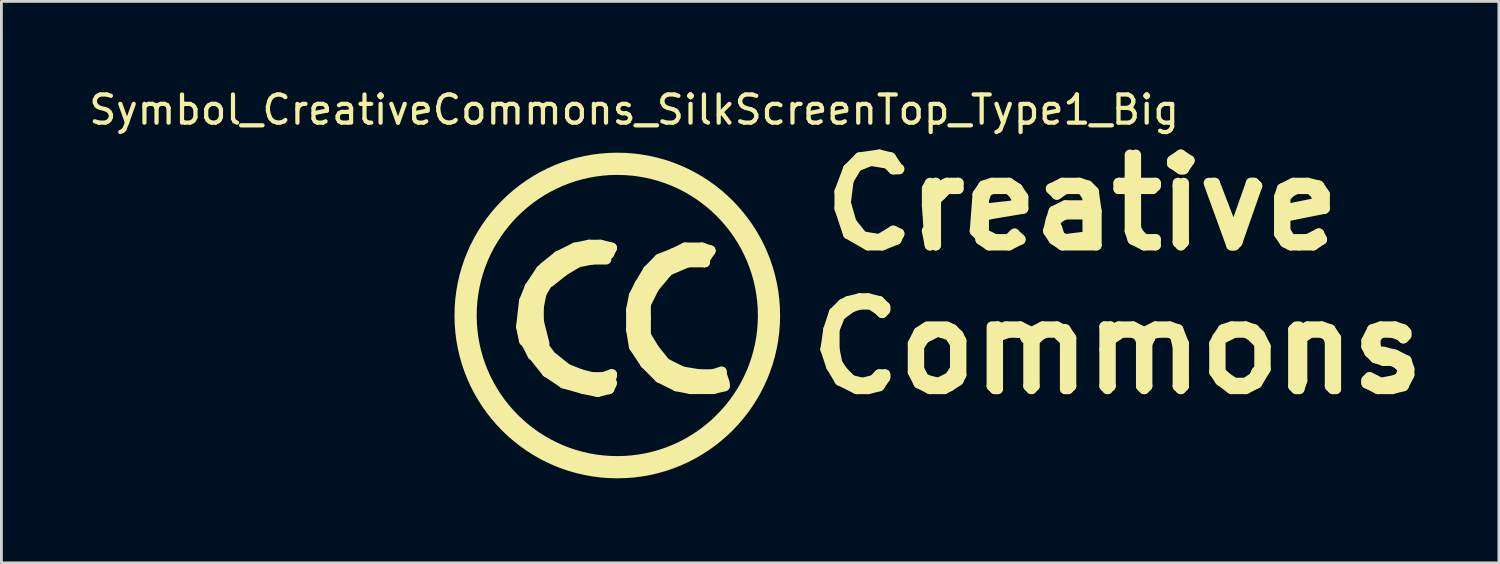
<source format=kicad_pcb>
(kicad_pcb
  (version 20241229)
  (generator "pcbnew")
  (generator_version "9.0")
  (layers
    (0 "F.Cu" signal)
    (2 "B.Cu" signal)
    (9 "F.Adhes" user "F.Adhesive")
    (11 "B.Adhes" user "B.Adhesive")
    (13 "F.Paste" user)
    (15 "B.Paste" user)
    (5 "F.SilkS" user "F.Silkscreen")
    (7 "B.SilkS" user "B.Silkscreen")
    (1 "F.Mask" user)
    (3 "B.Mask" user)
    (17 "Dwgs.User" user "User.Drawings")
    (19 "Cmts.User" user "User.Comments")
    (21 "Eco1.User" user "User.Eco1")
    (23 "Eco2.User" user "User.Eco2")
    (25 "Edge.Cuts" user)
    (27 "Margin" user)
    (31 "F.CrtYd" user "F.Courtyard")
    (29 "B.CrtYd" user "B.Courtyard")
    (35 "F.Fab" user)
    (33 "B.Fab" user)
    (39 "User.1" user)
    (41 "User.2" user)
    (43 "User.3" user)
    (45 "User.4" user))
  (footprint "Symbol_CreativeCommons_SilkScreenTop_Type1_Big"
    (layer "F.Cu")
    (at 18.859 8.148)
    (property "Reference" "Symbol_CreativeCommons_SilkScreenTop_Type1_Big" (at 0.599 -7.3 0) (layer "F.SilkS") (effects (font (size 1 1) (thickness 0.15))))
    (attr exclude_from_pos_files exclude_from_bom)
    (fp_line (start -5.4 0.099) (end -5.199 1.3) (stroke (width 0.381) (type solid)) (layer "F.SilkS"))
    (fp_line (start -5.301 -1.1) (end -5.4 0.099) (stroke (width 0.381) (type solid)) (layer "F.SilkS"))
    (fp_line (start -5.199 1.3) (end -4.801 2.4) (stroke (width 0.381) (type solid)) (layer "F.SilkS"))
    (fp_line (start -5.001 -2.101) (end -5.301 -1.1) (stroke (width 0.381) (type solid)) (layer "F.SilkS"))
    (fp_line (start -4.801 2.4) (end -3.8 3.899) (stroke (width 0.381) (type solid)) (layer "F.SilkS"))
    (fp_line (start -4.501 -3) (end -5.001 -2.101) (stroke (width 0.381) (type solid)) (layer "F.SilkS"))
    (fp_line (start -4 -3.599) (end -4.501 -3) (stroke (width 0.381) (type solid)) (layer "F.SilkS"))
    (fp_line (start -3.8 3.899) (end -2.601 4.801) (stroke (width 0.381) (type solid)) (layer "F.SilkS"))
    (fp_line (start -3.401 0.399) (end -3.299 0.899) (stroke (width 0.381) (type solid)) (layer "F.SilkS"))
    (fp_line (start -3.299 -4.201) (end -4 -3.599) (stroke (width 0.381) (type solid)) (layer "F.SilkS"))
    (fp_line (start -3.299 -0.5) (end -3.401 0.399) (stroke (width 0.381) (type solid)) (layer "F.SilkS"))
    (fp_line (start -3.299 -0.3) (end -3.299 0.401) (stroke (width 0.381) (type solid)) (layer "F.SilkS"))
    (fp_line (start -3.299 0.401) (end -3.2 1.001) (stroke (width 0.381) (type solid)) (layer "F.SilkS"))
    (fp_line (start -3.299 0.8) (end -3 1.4) (stroke (width 0.381) (type solid)) (layer "F.SilkS"))
    (fp_line (start -3.099 -1.001) (end -3.299 -0.5) (stroke (width 0.381) (type solid)) (layer "F.SilkS"))
    (fp_line (start -3.099 -0.899) (end -3.299 -0.3) (stroke (width 0.381) (type solid)) (layer "F.SilkS"))
    (fp_line (start -3.099 0) (end -3 -0.599) (stroke (width 0.381) (type solid)) (layer "F.SilkS"))
    (fp_line (start -3 -0.8) (end -2.7 -1.3) (stroke (width 0.381) (type solid)) (layer "F.SilkS"))
    (fp_line (start -3 0.701) (end -3.099 0) (stroke (width 0.381) (type solid)) (layer "F.SilkS"))
    (fp_line (start -2.997 1.199) (end -2.598 1.199) (stroke (width 0.381) (type solid)) (layer "F.SilkS"))
    (fp_line (start -2.898 1.499) (end -2.497 1.999) (stroke (width 0.381) (type solid)) (layer "F.SilkS"))
    (fp_line (start -2.799 -0.3) (end -2.799 0.201) (stroke (width 0.381) (type solid)) (layer "F.SilkS"))
    (fp_line (start -2.799 0.201) (end -2.598 1.001) (stroke (width 0.381) (type solid)) (layer "F.SilkS"))
    (fp_line (start -2.799 1.4) (end -3 0.701) (stroke (width 0.381) (type solid)) (layer "F.SilkS"))
    (fp_line (start -2.7 -4.699) (end -3.299 -4.201) (stroke (width 0.381) (type solid)) (layer "F.SilkS"))
    (fp_line (start -2.7 -1.6) (end -3.099 -1.001) (stroke (width 0.381) (type solid)) (layer "F.SilkS"))
    (fp_line (start -2.7 -1.1) (end -2.2 -1.6) (stroke (width 0.381) (type solid)) (layer "F.SilkS"))
    (fp_line (start -2.7 -0.8) (end -2.799 -0.3) (stroke (width 0.381) (type solid)) (layer "F.SilkS"))
    (fp_line (start -2.697 1.001) (end -2.398 1.4) (stroke (width 0.381) (type solid)) (layer "F.SilkS"))
    (fp_line (start -2.601 4.801) (end -1.3 5.301) (stroke (width 0.381) (type solid)) (layer "F.SilkS"))
    (fp_line (start -2.598 -1.6) (end -3.099 -0.899) (stroke (width 0.381) (type solid)) (layer "F.SilkS"))
    (fp_line (start -2.499 -1.699) (end -2.7 -1.6) (stroke (width 0.381) (type solid)) (layer "F.SilkS"))
    (fp_line (start -2.497 1.999) (end -1.897 2.4) (stroke (width 0.381) (type solid)) (layer "F.SilkS"))
    (fp_line (start -2.4 -1.3) (end -2.7 -0.8) (stroke (width 0.381) (type solid)) (layer "F.SilkS"))
    (fp_line (start -2.296 1.499) (end -1.796 1.9) (stroke (width 0.381) (type solid)) (layer "F.SilkS"))
    (fp_line (start -2.296 1.798) (end -2.797 1.298) (stroke (width 0.381) (type solid)) (layer "F.SilkS"))
    (fp_line (start -2.2 -1.699) (end -1.699 -1.999) (stroke (width 0.381) (type solid)) (layer "F.SilkS"))
    (fp_line (start -2.101 -2.098) (end -2.598 -1.699) (stroke (width 0.381) (type solid)) (layer "F.SilkS"))
    (fp_line (start -1.999 -4.9) (end -2.7 -4.699) (stroke (width 0.381) (type solid)) (layer "F.SilkS"))
    (fp_line (start -1.9 -1.598) (end -2.4 -1.199) (stroke (width 0.381) (type solid)) (layer "F.SilkS"))
    (fp_line (start -1.897 2.4) (end -1.196 2.598) (stroke (width 0.381) (type solid)) (layer "F.SilkS"))
    (fp_line (start -1.796 1.9) (end -1.298 2.098) (stroke (width 0.381) (type solid)) (layer "F.SilkS"))
    (fp_line (start -1.699 -1.999) (end -1.199 -2.2) (stroke (width 0.381) (type solid)) (layer "F.SilkS"))
    (fp_line (start -1.598 2.299) (end -2.296 1.798) (stroke (width 0.381) (type solid)) (layer "F.SilkS"))
    (fp_line (start -1.499 -2.398) (end -2.101 -2.098) (stroke (width 0.381) (type solid)) (layer "F.SilkS"))
    (fp_line (start -1.4 -1.897) (end -1.9 -1.598) (stroke (width 0.381) (type solid)) (layer "F.SilkS"))
    (fp_line (start -1.3 -5.1) (end -1.999 -4.9) (stroke (width 0.381) (type solid)) (layer "F.SilkS"))
    (fp_line (start -1.3 5.301) (end 0.099 5.301) (stroke (width 0.381) (type solid)) (layer "F.SilkS"))
    (fp_line (start -1.298 2.098) (end -0.897 2.2) (stroke (width 0.381) (type solid)) (layer "F.SilkS"))
    (fp_line (start -1.199 -2.2) (end -0.699 -2.2) (stroke (width 0.381) (type solid)) (layer "F.SilkS"))
    (fp_line (start -1.196 2.598) (end -0.696 2.7) (stroke (width 0.381) (type solid)) (layer "F.SilkS"))
    (fp_line (start -1.001 -2.499) (end -1.499 -2.398) (stroke (width 0.381) (type solid)) (layer "F.SilkS"))
    (fp_line (start -0.899 -1.999) (end -1.4 -1.897) (stroke (width 0.381) (type solid)) (layer "F.SilkS"))
    (fp_line (start -0.897 2.2) (end -0.498 2.2) (stroke (width 0.381) (type solid)) (layer "F.SilkS"))
    (fp_line (start -0.897 2.499) (end -1.598 2.299) (stroke (width 0.381) (type solid)) (layer "F.SilkS"))
    (fp_line (start -0.701 2.7) (end -0.3 2.601) (stroke (width 0.381) (type solid)) (layer "F.SilkS"))
    (fp_line (start -0.699 -2.2) (end -0.3 -2.2) (stroke (width 0.381) (type solid)) (layer "F.SilkS"))
    (fp_line (start -0.599 -2.499) (end -1.001 -2.499) (stroke (width 0.381) (type solid)) (layer "F.SilkS"))
    (fp_line (start -0.5 -5.4) (end -1.3 -5.1) (stroke (width 0.381) (type solid)) (layer "F.SilkS"))
    (fp_line (start -0.498 2.2) (end -0.198 2.098) (stroke (width 0.381) (type solid)) (layer "F.SilkS"))
    (fp_line (start -0.399 -1.999) (end -0.899 -1.999) (stroke (width 0.381) (type solid)) (layer "F.SilkS"))
    (fp_line (start -0.3 -2.2) (end -0.201 -2.398) (stroke (width 0.381) (type solid)) (layer "F.SilkS"))
    (fp_line (start -0.3 2.601) (end -0.201 2.101) (stroke (width 0.381) (type solid)) (layer "F.SilkS"))
    (fp_line (start -0.297 2.4) (end -0.897 2.499) (stroke (width 0.381) (type solid)) (layer "F.SilkS"))
    (fp_line (start -0.201 -2.398) (end -0.599 -2.499) (stroke (width 0.381) (type solid)) (layer "F.SilkS"))
    (fp_line (start -0.198 2.098) (end -0.297 2.4) (stroke (width 0.381) (type solid)) (layer "F.SilkS"))
    (fp_line (start -0.198 2.4) (end -0.297 2.598) (stroke (width 0.381) (type solid)) (layer "F.SilkS"))
    (fp_line (start 0 -5.4) (end -0.5 -5.4) (stroke (width 0.381) (type solid)) (layer "F.SilkS"))
    (fp_line (start 0.099 5.301) (end 1.6 5.199) (stroke (width 0.381) (type solid)) (layer "F.SilkS"))
    (fp_line (start 0.503 -0.201) (end 0.503 0.498) (stroke (width 0.381) (type solid)) (layer "F.SilkS"))
    (fp_line (start 0.503 0.498) (end 0.602 1.1) (stroke (width 0.381) (type solid)) (layer "F.SilkS"))
    (fp_line (start 0.602 -0.701) (end 0.503 -0.201) (stroke (width 0.381) (type solid)) (layer "F.SilkS"))
    (fp_line (start 0.602 1.1) (end 1.001 1.699) (stroke (width 0.381) (type solid)) (layer "F.SilkS"))
    (fp_line (start 0.701 -0.3) (end 1.001 -1.001) (stroke (width 0.381) (type solid)) (layer "F.SilkS"))
    (fp_line (start 0.803 -1.1) (end 0.602 -0.701) (stroke (width 0.381) (type solid)) (layer "F.SilkS"))
    (fp_line (start 0.803 0.699) (end 0.701 -0.3) (stroke (width 0.381) (type solid)) (layer "F.SilkS"))
    (fp_line (start 1.001 -1.001) (end 1.603 -1.702) (stroke (width 0.381) (type solid)) (layer "F.SilkS"))
    (fp_line (start 1.001 -0.401) (end 1.001 0.099) (stroke (width 0.381) (type solid)) (layer "F.SilkS"))
    (fp_line (start 1.001 0.099) (end 1.001 0.699) (stroke (width 0.381) (type solid)) (layer "F.SilkS"))
    (fp_line (start 1.001 0.699) (end 1.3 1.199) (stroke (width 0.381) (type solid)) (layer "F.SilkS"))
    (fp_line (start 1.001 1.699) (end 1.501 2.2) (stroke (width 0.381) (type solid)) (layer "F.SilkS"))
    (fp_line (start 1.102 -1.6) (end 0.803 -1.1) (stroke (width 0.381) (type solid)) (layer "F.SilkS"))
    (fp_line (start 1.201 1.6) (end 0.803 0.699) (stroke (width 0.381) (type solid)) (layer "F.SilkS"))
    (fp_line (start 1.3 -1.001) (end 1.001 -0.401) (stroke (width 0.381) (type solid)) (layer "F.SilkS"))
    (fp_line (start 1.3 1.199) (end 1.702 1.699) (stroke (width 0.381) (type solid)) (layer "F.SilkS"))
    (fp_line (start 1.4 -5.199) (end 0 -5.301) (stroke (width 0.381) (type solid)) (layer "F.SilkS"))
    (fp_line (start 1.501 -2.002) (end 1.102 -1.6) (stroke (width 0.381) (type solid)) (layer "F.SilkS"))
    (fp_line (start 1.501 2.2) (end 2.101 2.499) (stroke (width 0.381) (type solid)) (layer "F.SilkS"))
    (fp_line (start 1.6 5.199) (end 2.601 4.699) (stroke (width 0.381) (type solid)) (layer "F.SilkS"))
    (fp_line (start 1.603 -1.702) (end 2.301 -2.101) (stroke (width 0.381) (type solid)) (layer "F.SilkS"))
    (fp_line (start 1.702 1.699) (end 2.301 1.999) (stroke (width 0.381) (type solid)) (layer "F.SilkS"))
    (fp_line (start 1.801 -1.6) (end 1.3 -1.001) (stroke (width 0.381) (type solid)) (layer "F.SilkS"))
    (fp_line (start 1.801 2.098) (end 1.201 1.6) (stroke (width 0.381) (type solid)) (layer "F.SilkS"))
    (fp_line (start 2.002 -2.202) (end 1.501 -2.002) (stroke (width 0.381) (type solid)) (layer "F.SilkS"))
    (fp_line (start 2.101 2.499) (end 2.601 2.598) (stroke (width 0.381) (type solid)) (layer "F.SilkS"))
    (fp_line (start 2.301 -2.101) (end 3.002 -2.101) (stroke (width 0.381) (type solid)) (layer "F.SilkS"))
    (fp_line (start 2.301 1.999) (end 2.901 2.098) (stroke (width 0.381) (type solid)) (layer "F.SilkS"))
    (fp_line (start 2.4 -4.801) (end 1.4 -5.199) (stroke (width 0.381) (type solid)) (layer "F.SilkS"))
    (fp_line (start 2.403 -2.4) (end 2.002 -2.202) (stroke (width 0.381) (type solid)) (layer "F.SilkS"))
    (fp_line (start 2.502 -1.9) (end 1.801 -1.6) (stroke (width 0.381) (type solid)) (layer "F.SilkS"))
    (fp_line (start 2.601 2.598) (end 3.002 2.598) (stroke (width 0.381) (type solid)) (layer "F.SilkS"))
    (fp_line (start 2.601 4.699) (end 4.201 3.401) (stroke (width 0.381) (type solid)) (layer "F.SilkS"))
    (fp_line (start 2.802 2.4) (end 1.801 2.098) (stroke (width 0.381) (type solid)) (layer "F.SilkS"))
    (fp_line (start 2.901 2.098) (end 3.401 2.098) (stroke (width 0.381) (type solid)) (layer "F.SilkS"))
    (fp_line (start 3 -2.4) (end 3.299 -2.301) (stroke (width 0.381) (type solid)) (layer "F.SilkS"))
    (fp_line (start 3.002 -2.4) (end 2.403 -2.4) (stroke (width 0.381) (type solid)) (layer "F.SilkS"))
    (fp_line (start 3.002 -2.101) (end 3.101 -1.9) (stroke (width 0.381) (type solid)) (layer "F.SilkS"))
    (fp_line (start 3.002 2.598) (end 3.401 2.598) (stroke (width 0.381) (type solid)) (layer "F.SilkS"))
    (fp_line (start 3.101 -1.9) (end 2.502 -1.9) (stroke (width 0.381) (type solid)) (layer "F.SilkS"))
    (fp_line (start 3.299 -2.301) (end 3.099 -1.999) (stroke (width 0.381) (type solid)) (layer "F.SilkS"))
    (fp_line (start 3.401 -4.1) (end 2.4 -4.801) (stroke (width 0.381) (type solid)) (layer "F.SilkS"))
    (fp_line (start 3.401 2.098) (end 3.701 1.999) (stroke (width 0.381) (type solid)) (layer "F.SilkS"))
    (fp_line (start 3.401 2.598) (end 3.802 2.499) (stroke (width 0.381) (type solid)) (layer "F.SilkS"))
    (fp_line (start 3.701 2.101) (end 3.8 2.4) (stroke (width 0.381) (type solid)) (layer "F.SilkS"))
    (fp_line (start 3.701 2.299) (end 2.802 2.4) (stroke (width 0.381) (type solid)) (layer "F.SilkS"))
    (fp_line (start 3.802 2.499) (end 3.701 2.299) (stroke (width 0.381) (type solid)) (layer "F.SilkS"))
    (fp_line (start 4.201 3.401) (end 5.001 1.801) (stroke (width 0.381) (type solid)) (layer "F.SilkS"))
    (fp_line (start 4.699 -2.499) (end 3.401 -4.1) (stroke (width 0.381) (type solid)) (layer "F.SilkS"))
    (fp_line (start 5.001 1.801) (end 5.4 0.3) (stroke (width 0.381) (type solid)) (layer "F.SilkS"))
    (fp_line (start 5.199 -1.4) (end 4.699 -2.499) (stroke (width 0.381) (type solid)) (layer "F.SilkS"))
    (fp_line (start 5.4 0.3) (end 5.199 -1.4) (stroke (width 0.381) (type solid)) (layer "F.SilkS"))
    (fp_line (start 7.399 1.199) (end 7.6 1.801) (stroke (width 0.381) (type solid)) (layer "F.SilkS"))
    (fp_line (start 7.501 0.5) (end 7.399 1.199) (stroke (width 0.381) (type solid)) (layer "F.SilkS"))
    (fp_line (start 7.6 1.801) (end 7.899 2.301) (stroke (width 0.381) (type solid)) (layer "F.SilkS"))
    (fp_line (start 7.699 -0.099) (end 7.501 0.5) (stroke (width 0.381) (type solid)) (layer "F.SilkS"))
    (fp_line (start 7.699 0.5) (end 7.899 0) (stroke (width 0.381) (type solid)) (layer "F.SilkS"))
    (fp_line (start 7.699 1.199) (end 7.699 0.5) (stroke (width 0.381) (type solid)) (layer "F.SilkS"))
    (fp_line (start 7.8 1.699) (end 7.699 1.199) (stroke (width 0.381) (type solid)) (layer "F.SilkS"))
    (fp_line (start 7.899 -4.399) (end 7.899 -3.8) (stroke (width 0.381) (type solid)) (layer "F.SilkS"))
    (fp_line (start 7.899 -3.8) (end 8.199 -2.901) (stroke (width 0.381) (type solid)) (layer "F.SilkS"))
    (fp_line (start 7.899 0) (end 8.301 -0.3) (stroke (width 0.381) (type solid)) (layer "F.SilkS"))
    (fp_line (start 7.899 2.301) (end 8.499 2.601) (stroke (width 0.381) (type solid)) (layer "F.SilkS"))
    (fp_line (start 8.001 -0.399) (end 7.699 -0.099) (stroke (width 0.381) (type solid)) (layer "F.SilkS"))
    (fp_line (start 8.001 1.999) (end 7.8 1.699) (stroke (width 0.381) (type solid)) (layer "F.SilkS"))
    (fp_line (start 8.1 -4) (end 8.199 -4.801) (stroke (width 0.381) (type solid)) (layer "F.SilkS"))
    (fp_line (start 8.199 -5.199) (end 7.899 -4.399) (stroke (width 0.381) (type solid)) (layer "F.SilkS"))
    (fp_line (start 8.199 -4.801) (end 8.499 -5.301) (stroke (width 0.381) (type solid)) (layer "F.SilkS"))
    (fp_line (start 8.199 -2.901) (end 8.9 -2.499) (stroke (width 0.381) (type solid)) (layer "F.SilkS"))
    (fp_line (start 8.199 -0.5) (end 8.001 -0.399) (stroke (width 0.381) (type solid)) (layer "F.SilkS"))
    (fp_line (start 8.301 -3.299) (end 8.1 -4) (stroke (width 0.381) (type solid)) (layer "F.SilkS"))
    (fp_line (start 8.301 -0.3) (end 8.6 -0.399) (stroke (width 0.381) (type solid)) (layer "F.SilkS"))
    (fp_line (start 8.301 2.301) (end 8.001 1.999) (stroke (width 0.381) (type solid)) (layer "F.SilkS"))
    (fp_line (start 8.499 -5.301) (end 8.999 -5.499) (stroke (width 0.381) (type solid)) (layer "F.SilkS"))
    (fp_line (start 8.499 2.601) (end 8.9 2.601) (stroke (width 0.381) (type solid)) (layer "F.SilkS"))
    (fp_line (start 8.6 -5.601) (end 8.199 -5.199) (stroke (width 0.381) (type solid)) (layer "F.SilkS"))
    (fp_line (start 8.6 -0.599) (end 8.199 -0.5) (stroke (width 0.381) (type solid)) (layer "F.SilkS"))
    (fp_line (start 8.6 -0.399) (end 8.999 -0.399) (stroke (width 0.381) (type solid)) (layer "F.SilkS"))
    (fp_line (start 8.7 -2.799) (end 8.301 -3.299) (stroke (width 0.381) (type solid)) (layer "F.SilkS"))
    (fp_line (start 8.7 2.4) (end 8.301 2.301) (stroke (width 0.381) (type solid)) (layer "F.SilkS"))
    (fp_line (start 8.9 -2.499) (end 9.401 -2.499) (stroke (width 0.381) (type solid)) (layer "F.SilkS"))
    (fp_line (start 8.9 -0.599) (end 8.6 -0.599) (stroke (width 0.381) (type solid)) (layer "F.SilkS"))
    (fp_line (start 8.9 2.601) (end 9.299 2.499) (stroke (width 0.381) (type solid)) (layer "F.SilkS"))
    (fp_line (start 8.999 -5.499) (end 9.601 -5.4) (stroke (width 0.381) (type solid)) (layer "F.SilkS"))
    (fp_line (start 8.999 -0.399) (end 9.299 -0.201) (stroke (width 0.381) (type solid)) (layer "F.SilkS"))
    (fp_line (start 9.101 2.301) (end 8.7 2.4) (stroke (width 0.381) (type solid)) (layer "F.SilkS"))
    (fp_line (start 9.299 -5.7) (end 8.6 -5.601) (stroke (width 0.381) (type solid)) (layer "F.SilkS"))
    (fp_line (start 9.299 -2.7) (end 8.7 -2.799) (stroke (width 0.381) (type solid)) (layer "F.SilkS"))
    (fp_line (start 9.299 -0.5) (end 8.9 -0.599) (stroke (width 0.381) (type solid)) (layer "F.SilkS"))
    (fp_line (start 9.299 -0.201) (end 9.401 -0.099) (stroke (width 0.381) (type solid)) (layer "F.SilkS"))
    (fp_line (start 9.299 2.101) (end 9.101 2.301) (stroke (width 0.381) (type solid)) (layer "F.SilkS"))
    (fp_line (start 9.299 2.499) (end 9.5 2.2) (stroke (width 0.381) (type solid)) (layer "F.SilkS"))
    (fp_line (start 9.401 -2.499) (end 9.901 -2.7) (stroke (width 0.381) (type solid)) (layer "F.SilkS"))
    (fp_line (start 9.401 -0.099) (end 9.5 -0.201) (stroke (width 0.381) (type solid)) (layer "F.SilkS"))
    (fp_line (start 9.5 -0.3) (end 9.299 -0.5) (stroke (width 0.381) (type solid)) (layer "F.SilkS"))
    (fp_line (start 9.5 -0.201) (end 9.5 -0.3) (stroke (width 0.381) (type solid)) (layer "F.SilkS"))
    (fp_line (start 9.5 2.101) (end 9.299 2.101) (stroke (width 0.381) (type solid)) (layer "F.SilkS"))
    (fp_line (start 9.5 2.2) (end 9.5 2.101) (stroke (width 0.381) (type solid)) (layer "F.SilkS"))
    (fp_line (start 9.601 -5.4) (end 9.799 -5.199) (stroke (width 0.381) (type solid)) (layer "F.SilkS"))
    (fp_line (start 9.7 -5.601) (end 9.299 -5.7) (stroke (width 0.381) (type solid)) (layer "F.SilkS"))
    (fp_line (start 9.799 -5.199) (end 10 -5.199) (stroke (width 0.381) (type solid)) (layer "F.SilkS"))
    (fp_line (start 9.799 -3) (end 9.299 -2.7) (stroke (width 0.381) (type solid)) (layer "F.SilkS"))
    (fp_line (start 9.901 -5.301) (end 9.7 -5.601) (stroke (width 0.381) (type solid)) (layer "F.SilkS"))
    (fp_line (start 9.901 -2.7) (end 10 -2.901) (stroke (width 0.381) (type solid)) (layer "F.SilkS"))
    (fp_line (start 10 -2.901) (end 9.799 -3) (stroke (width 0.381) (type solid)) (layer "F.SilkS"))
    (fp_line (start 10.5 1.001) (end 10.701 0.599) (stroke (width 0.381) (type solid)) (layer "F.SilkS"))
    (fp_line (start 10.5 1.999) (end 10.5 1.001) (stroke (width 0.381) (type solid)) (layer "F.SilkS"))
    (fp_line (start 10.701 0.599) (end 11.001 0.399) (stroke (width 0.381) (type solid)) (layer "F.SilkS"))
    (fp_line (start 10.701 1.1) (end 10.899 0.8) (stroke (width 0.381) (type solid)) (layer "F.SilkS"))
    (fp_line (start 10.701 1.9) (end 10.701 1.1) (stroke (width 0.381) (type solid)) (layer "F.SilkS"))
    (fp_line (start 10.701 2.101) (end 10.8 2.101) (stroke (width 0.381) (type solid)) (layer "F.SilkS"))
    (fp_line (start 10.701 2.4) (end 10.5 1.999) (stroke (width 0.381) (type solid)) (layer "F.SilkS"))
    (fp_line (start 10.8 2.101) (end 10.701 1.9) (stroke (width 0.381) (type solid)) (layer "F.SilkS"))
    (fp_line (start 10.899 0.8) (end 11.3 0.599) (stroke (width 0.381) (type solid)) (layer "F.SilkS"))
    (fp_line (start 11.001 -4.501) (end 11.001 -3.899) (stroke (width 0.381) (type solid)) (layer "F.SilkS"))
    (fp_line (start 11.001 -3.899) (end 11.1 -2.499) (stroke (width 0.381) (type solid)) (layer "F.SilkS"))
    (fp_line (start 11.001 -3) (end 11.3 -2.499) (stroke (width 0.381) (type solid)) (layer "F.SilkS"))
    (fp_line (start 11.001 2.301) (end 10.701 2.101) (stroke (width 0.381) (type solid)) (layer "F.SilkS"))
    (fp_line (start 11.1 -4.699) (end 11.001 -4.501) (stroke (width 0.381) (type solid)) (layer "F.SilkS"))
    (fp_line (start 11.1 -2.499) (end 11.001 -3) (stroke (width 0.381) (type solid)) (layer "F.SilkS"))
    (fp_line (start 11.1 0.399) (end 11.6 0.399) (stroke (width 0.381) (type solid)) (layer "F.SilkS"))
    (fp_line (start 11.1 2.601) (end 10.701 2.4) (stroke (width 0.381) (type solid)) (layer "F.SilkS"))
    (fp_line (start 11.199 0.5) (end 11.501 0.599) (stroke (width 0.381) (type solid)) (layer "F.SilkS"))
    (fp_line (start 11.3 -4.699) (end 11.3 -4.501) (stroke (width 0.381) (type solid)) (layer "F.SilkS"))
    (fp_line (start 11.3 -4.501) (end 11.699 -4.699) (stroke (width 0.381) (type solid)) (layer "F.SilkS"))
    (fp_line (start 11.3 -2.499) (end 11.3 -4.699) (stroke (width 0.381) (type solid)) (layer "F.SilkS"))
    (fp_line (start 11.4 2.4) (end 11.001 2.301) (stroke (width 0.381) (type solid)) (layer "F.SilkS"))
    (fp_line (start 11.501 -4.3) (end 11.3 -4.1) (stroke (width 0.381) (type solid)) (layer "F.SilkS"))
    (fp_line (start 11.501 0.599) (end 11.801 0.701) (stroke (width 0.381) (type solid)) (layer "F.SilkS"))
    (fp_line (start 11.6 2.601) (end 11.1 2.601) (stroke (width 0.381) (type solid)) (layer "F.SilkS"))
    (fp_line (start 11.699 -4.699) (end 12.101 -4.699) (stroke (width 0.381) (type solid)) (layer "F.SilkS"))
    (fp_line (start 11.699 -4.501) (end 11.501 -4.3) (stroke (width 0.381) (type solid)) (layer "F.SilkS"))
    (fp_line (start 11.699 0.399) (end 11.9 0.5) (stroke (width 0.381) (type solid)) (layer "F.SilkS"))
    (fp_line (start 11.801 0.701) (end 11.999 1.001) (stroke (width 0.381) (type solid)) (layer "F.SilkS"))
    (fp_line (start 11.801 2.2) (end 11.4 2.4) (stroke (width 0.381) (type solid)) (layer "F.SilkS"))
    (fp_line (start 11.801 2.499) (end 11.6 2.601) (stroke (width 0.381) (type solid)) (layer "F.SilkS"))
    (fp_line (start 11.9 0.5) (end 12.101 0.701) (stroke (width 0.381) (type solid)) (layer "F.SilkS"))
    (fp_line (start 11.999 1.001) (end 11.999 1.9) (stroke (width 0.381) (type solid)) (layer "F.SilkS"))
    (fp_line (start 11.999 1.9) (end 11.801 2.2) (stroke (width 0.381) (type solid)) (layer "F.SilkS"))
    (fp_line (start 12.101 -4.699) (end 12.101 -4.501) (stroke (width 0.381) (type solid)) (layer "F.SilkS"))
    (fp_line (start 12.101 -4.501) (end 11.699 -4.501) (stroke (width 0.381) (type solid)) (layer "F.SilkS"))
    (fp_line (start 12.101 0.701) (end 12.2 0.899) (stroke (width 0.381) (type solid)) (layer "F.SilkS"))
    (fp_line (start 12.101 2.301) (end 11.801 2.499) (stroke (width 0.381) (type solid)) (layer "F.SilkS"))
    (fp_line (start 12.2 0.899) (end 12.2 2.101) (stroke (width 0.381) (type solid)) (layer "F.SilkS"))
    (fp_line (start 12.2 2.101) (end 12.101 2.301) (stroke (width 0.381) (type solid)) (layer "F.SilkS"))
    (fp_line (start 12.7 -3) (end 13 -2.7) (stroke (width 0.381) (type solid)) (layer "F.SilkS"))
    (fp_line (start 12.799 -4.3) (end 12.7 -3) (stroke (width 0.381) (type solid)) (layer "F.SilkS"))
    (fp_line (start 12.901 -2.7) (end 13.2 -2.499) (stroke (width 0.381) (type solid)) (layer "F.SilkS"))
    (fp_line (start 13 -4.6) (end 12.799 -4.3) (stroke (width 0.381) (type solid)) (layer "F.SilkS"))
    (fp_line (start 13 -4.1) (end 13.099 -4.399) (stroke (width 0.381) (type solid)) (layer "F.SilkS"))
    (fp_line (start 13 -3.401) (end 13 -4.1) (stroke (width 0.381) (type solid)) (layer "F.SilkS"))
    (fp_line (start 13 -2.901) (end 13 -3.401) (stroke (width 0.381) (type solid)) (layer "F.SilkS"))
    (fp_line (start 13 -2.7) (end 12.901 -2.7) (stroke (width 0.381) (type solid)) (layer "F.SilkS"))
    (fp_line (start 13.099 -4.399) (end 13.299 -4.501) (stroke (width 0.381) (type solid)) (layer "F.SilkS"))
    (fp_line (start 13.2 -3.8) (end 13.2 -3.599) (stroke (width 0.381) (type solid)) (layer "F.SilkS"))
    (fp_line (start 13.2 -3.599) (end 14.399 -3.8) (stroke (width 0.381) (type solid)) (layer "F.SilkS"))
    (fp_line (start 13.2 -2.499) (end 13.899 -2.499) (stroke (width 0.381) (type solid)) (layer "F.SilkS"))
    (fp_line (start 13.299 -4.699) (end 13 -4.6) (stroke (width 0.381) (type solid)) (layer "F.SilkS"))
    (fp_line (start 13.299 -4.501) (end 13.599 -4.501) (stroke (width 0.381) (type solid)) (layer "F.SilkS"))
    (fp_line (start 13.299 0.399) (end 13.299 2.499) (stroke (width 0.381) (type solid)) (layer "F.SilkS"))
    (fp_line (start 13.299 2.499) (end 13.401 2.601) (stroke (width 0.381) (type solid)) (layer "F.SilkS"))
    (fp_line (start 13.401 -2.7) (end 13 -2.901) (stroke (width 0.381) (type solid)) (layer "F.SilkS"))
    (fp_line (start 13.401 2.601) (end 13.5 2.601) (stroke (width 0.381) (type solid)) (layer "F.SilkS"))
    (fp_line (start 13.5 0.399) (end 13.401 0.399) (stroke (width 0.381) (type solid)) (layer "F.SilkS"))
    (fp_line (start 13.5 0.5) (end 13.8 0.399) (stroke (width 0.381) (type solid)) (layer "F.SilkS"))
    (fp_line (start 13.5 2.499) (end 13.5 0.399) (stroke (width 0.381) (type solid)) (layer "F.SilkS"))
    (fp_line (start 13.5 2.601) (end 13.5 2.499) (stroke (width 0.381) (type solid)) (layer "F.SilkS"))
    (fp_line (start 13.599 -4.501) (end 13.899 -4.501) (stroke (width 0.381) (type solid)) (layer "F.SilkS"))
    (fp_line (start 13.8 0.399) (end 14.3 0.399) (stroke (width 0.381) (type solid)) (layer "F.SilkS"))
    (fp_line (start 13.899 -4.699) (end 13.299 -4.699) (stroke (width 0.381) (type solid)) (layer "F.SilkS"))
    (fp_line (start 13.899 -4.501) (end 14.1 -4.3) (stroke (width 0.381) (type solid)) (layer "F.SilkS"))
    (fp_line (start 13.899 -2.7) (end 13.401 -2.7) (stroke (width 0.381) (type solid)) (layer "F.SilkS"))
    (fp_line (start 13.899 -2.499) (end 14.3 -2.7) (stroke (width 0.381) (type solid)) (layer "F.SilkS"))
    (fp_line (start 13.899 0.599) (end 13.599 0.701) (stroke (width 0.381) (type solid)) (layer "F.SilkS"))
    (fp_line (start 14.1 -4.3) (end 14.201 -4.1) (stroke (width 0.381) (type solid)) (layer "F.SilkS"))
    (fp_line (start 14.1 -3.899) (end 13.2 -3.8) (stroke (width 0.381) (type solid)) (layer "F.SilkS"))
    (fp_line (start 14.1 -2.901) (end 13.899 -2.7) (stroke (width 0.381) (type solid)) (layer "F.SilkS"))
    (fp_line (start 14.201 -4.501) (end 13.899 -4.699) (stroke (width 0.381) (type solid)) (layer "F.SilkS"))
    (fp_line (start 14.201 -4.1) (end 14.1 -3.899) (stroke (width 0.381) (type solid)) (layer "F.SilkS"))
    (fp_line (start 14.201 0.599) (end 13.899 0.599) (stroke (width 0.381) (type solid)) (layer "F.SilkS"))
    (fp_line (start 14.3 -2.7) (end 14.201 -2.799) (stroke (width 0.381) (type solid)) (layer "F.SilkS"))
    (fp_line (start 14.3 0.399) (end 14.699 0.599) (stroke (width 0.381) (type solid)) (layer "F.SilkS"))
    (fp_line (start 14.399 -4.201) (end 14.201 -4.501) (stroke (width 0.381) (type solid)) (layer "F.SilkS"))
    (fp_line (start 14.399 -3.8) (end 14.399 -4.201) (stroke (width 0.381) (type solid)) (layer "F.SilkS"))
    (fp_line (start 14.399 0.599) (end 14.201 0.599) (stroke (width 0.381) (type solid)) (layer "F.SilkS"))
    (fp_line (start 14.501 0.8) (end 14.399 0.599) (stroke (width 0.381) (type solid)) (layer "F.SilkS"))
    (fp_line (start 14.6 0.8) (end 14.501 0.8) (stroke (width 0.381) (type solid)) (layer "F.SilkS"))
    (fp_line (start 14.6 2.499) (end 14.6 0.8) (stroke (width 0.381) (type solid)) (layer "F.SilkS"))
    (fp_line (start 14.699 0.599) (end 15.1 0.399) (stroke (width 0.381) (type solid)) (layer "F.SilkS"))
    (fp_line (start 14.699 2.601) (end 14.6 2.499) (stroke (width 0.381) (type solid)) (layer "F.SilkS"))
    (fp_line (start 14.801 0.899) (end 14.801 2.499) (stroke (width 0.381) (type solid)) (layer "F.SilkS"))
    (fp_line (start 14.801 2.499) (end 14.699 2.601) (stroke (width 0.381) (type solid)) (layer "F.SilkS"))
    (fp_line (start 15.001 0.701) (end 14.801 0.899) (stroke (width 0.381) (type solid)) (layer "F.SilkS"))
    (fp_line (start 15.1 0.399) (end 15.601 0.399) (stroke (width 0.381) (type solid)) (layer "F.SilkS"))
    (fp_line (start 15.199 0.599) (end 15.001 0.701) (stroke (width 0.381) (type solid)) (layer "F.SilkS"))
    (fp_line (start 15.301 -3) (end 15.4 -3.401) (stroke (width 0.381) (type solid)) (layer "F.SilkS"))
    (fp_line (start 15.4 -4.501) (end 15.799 -4.699) (stroke (width 0.381) (type solid)) (layer "F.SilkS"))
    (fp_line (start 15.4 -3.401) (end 15.499 -3.701) (stroke (width 0.381) (type solid)) (layer "F.SilkS"))
    (fp_line (start 15.499 -3.701) (end 15.9 -3.899) (stroke (width 0.381) (type solid)) (layer "F.SilkS"))
    (fp_line (start 15.499 -3.299) (end 15.7 -3.5) (stroke (width 0.381) (type solid)) (layer "F.SilkS"))
    (fp_line (start 15.499 -2.7) (end 15.301 -3) (stroke (width 0.381) (type solid)) (layer "F.SilkS"))
    (fp_line (start 15.601 -4.3) (end 15.4 -4.501) (stroke (width 0.381) (type solid)) (layer "F.SilkS"))
    (fp_line (start 15.601 -3.099) (end 15.499 -3.299) (stroke (width 0.381) (type solid)) (layer "F.SilkS"))
    (fp_line (start 15.601 0.399) (end 15.799 0.5) (stroke (width 0.381) (type solid)) (layer "F.SilkS"))
    (fp_line (start 15.601 0.599) (end 15.199 0.599) (stroke (width 0.381) (type solid)) (layer "F.SilkS"))
    (fp_line (start 15.7 -3.5) (end 15.9 -3.599) (stroke (width 0.381) (type solid)) (layer "F.SilkS"))
    (fp_line (start 15.7 -2.799) (end 15.601 -3.099) (stroke (width 0.381) (type solid)) (layer "F.SilkS"))
    (fp_line (start 15.7 0.701) (end 15.601 0.599) (stroke (width 0.381) (type solid)) (layer "F.SilkS"))
    (fp_line (start 15.799 -4.699) (end 16.401 -4.699) (stroke (width 0.381) (type solid)) (layer "F.SilkS"))
    (fp_line (start 15.799 -2.499) (end 15.499 -2.7) (stroke (width 0.381) (type solid)) (layer "F.SilkS"))
    (fp_line (start 15.799 0.5) (end 15.9 0.5) (stroke (width 0.381) (type solid)) (layer "F.SilkS"))
    (fp_line (start 15.9 -4.501) (end 15.601 -4.3) (stroke (width 0.381) (type solid)) (layer "F.SilkS"))
    (fp_line (start 15.9 -3.899) (end 16.701 -3.899) (stroke (width 0.381) (type solid)) (layer "F.SilkS"))
    (fp_line (start 15.9 -3.599) (end 16.5 -3.599) (stroke (width 0.381) (type solid)) (layer "F.SilkS"))
    (fp_line (start 15.9 -2.7) (end 15.7 -2.799) (stroke (width 0.381) (type solid)) (layer "F.SilkS"))
    (fp_line (start 15.9 0.5) (end 16.101 0.8) (stroke (width 0.381) (type solid)) (layer "F.SilkS"))
    (fp_line (start 15.9 0.899) (end 15.7 0.701) (stroke (width 0.381) (type solid)) (layer "F.SilkS"))
    (fp_line (start 15.9 2.601) (end 15.9 0.899) (stroke (width 0.381) (type solid)) (layer "F.SilkS"))
    (fp_line (start 15.999 2.601) (end 15.9 2.601) (stroke (width 0.381) (type solid)) (layer "F.SilkS"))
    (fp_line (start 16.101 0.8) (end 16.101 2.499) (stroke (width 0.381) (type solid)) (layer "F.SilkS"))
    (fp_line (start 16.101 2.499) (end 15.999 2.601) (stroke (width 0.381) (type solid)) (layer "F.SilkS"))
    (fp_line (start 16.401 -4.699) (end 16.701 -4.6) (stroke (width 0.381) (type solid)) (layer "F.SilkS"))
    (fp_line (start 16.5 -4.501) (end 15.9 -4.501) (stroke (width 0.381) (type solid)) (layer "F.SilkS"))
    (fp_line (start 16.701 -4.6) (end 16.901 -4.399) (stroke (width 0.381) (type solid)) (layer "F.SilkS"))
    (fp_line (start 16.701 -4.201) (end 16.5 -4.501) (stroke (width 0.381) (type solid)) (layer "F.SilkS"))
    (fp_line (start 16.701 -3.899) (end 16.701 -4.201) (stroke (width 0.381) (type solid)) (layer "F.SilkS"))
    (fp_line (start 16.701 -3.599) (end 16.701 -2.799) (stroke (width 0.381) (type solid)) (layer "F.SilkS"))
    (fp_line (start 16.701 -2.799) (end 15.9 -2.7) (stroke (width 0.381) (type solid)) (layer "F.SilkS"))
    (fp_line (start 16.901 -4.399) (end 17 -3.701) (stroke (width 0.381) (type solid)) (layer "F.SilkS"))
    (fp_line (start 17 -3.701) (end 17 -2.499) (stroke (width 0.381) (type solid)) (layer "F.SilkS"))
    (fp_line (start 17 -2.499) (end 15.799 -2.499) (stroke (width 0.381) (type solid)) (layer "F.SilkS"))
    (fp_line (start 17.3 0.399) (end 17.3 1.199) (stroke (width 0.381) (type solid)) (layer "F.SilkS"))
    (fp_line (start 17.3 1.199) (end 17.3 2.499) (stroke (width 0.381) (type solid)) (layer "F.SilkS"))
    (fp_line (start 17.3 2.499) (end 17.399 2.601) (stroke (width 0.381) (type solid)) (layer "F.SilkS"))
    (fp_line (start 17.399 2.601) (end 17.501 2.499) (stroke (width 0.381) (type solid)) (layer "F.SilkS"))
    (fp_line (start 17.501 0.399) (end 17.3 0.399) (stroke (width 0.381) (type solid)) (layer "F.SilkS"))
    (fp_line (start 17.501 2.499) (end 17.501 0.399) (stroke (width 0.381) (type solid)) (layer "F.SilkS"))
    (fp_line (start 17.6 0.5) (end 17.8 0.399) (stroke (width 0.381) (type solid)) (layer "F.SilkS"))
    (fp_line (start 17.8 -4.699) (end 17.8 -4.501) (stroke (width 0.381) (type solid)) (layer "F.SilkS"))
    (fp_line (start 17.8 -4.501) (end 18.999 -4.501) (stroke (width 0.381) (type solid)) (layer "F.SilkS"))
    (fp_line (start 17.8 0.399) (end 18.301 0.399) (stroke (width 0.381) (type solid)) (layer "F.SilkS"))
    (fp_line (start 17.899 0.599) (end 17.6 0.8) (stroke (width 0.381) (type solid)) (layer "F.SilkS"))
    (fp_line (start 18.199 -5.7) (end 18.199 -4.9) (stroke (width 0.381) (type solid)) (layer "F.SilkS"))
    (fp_line (start 18.199 -4.9) (end 18.199 -3) (stroke (width 0.381) (type solid)) (layer "F.SilkS"))
    (fp_line (start 18.199 -4.699) (end 17.8 -4.699) (stroke (width 0.381) (type solid)) (layer "F.SilkS"))
    (fp_line (start 18.199 -3) (end 18.301 -2.7) (stroke (width 0.381) (type solid)) (layer "F.SilkS"))
    (fp_line (start 18.301 -2.7) (end 18.699 -2.499) (stroke (width 0.381) (type solid)) (layer "F.SilkS"))
    (fp_line (start 18.301 0.399) (end 18.699 0.599) (stroke (width 0.381) (type solid)) (layer "F.SilkS"))
    (fp_line (start 18.301 0.599) (end 17.899 0.599) (stroke (width 0.381) (type solid)) (layer "F.SilkS"))
    (fp_line (start 18.4 -3.099) (end 18.4 -5.7) (stroke (width 0.381) (type solid)) (layer "F.SilkS"))
    (fp_line (start 18.499 -2.901) (end 18.4 -3.099) (stroke (width 0.381) (type solid)) (layer "F.SilkS"))
    (fp_line (start 18.499 0.701) (end 18.301 0.599) (stroke (width 0.381) (type solid)) (layer "F.SilkS"))
    (fp_line (start 18.6 0.899) (end 18.499 0.701) (stroke (width 0.381) (type solid)) (layer "F.SilkS"))
    (fp_line (start 18.6 2.499) (end 18.6 0.899) (stroke (width 0.381) (type solid)) (layer "F.SilkS"))
    (fp_line (start 18.699 -2.7) (end 18.499 -2.901) (stroke (width 0.381) (type solid)) (layer "F.SilkS"))
    (fp_line (start 18.699 -2.499) (end 19.101 -2.499) (stroke (width 0.381) (type solid)) (layer "F.SilkS"))
    (fp_line (start 18.699 0.599) (end 19.101 0.399) (stroke (width 0.381) (type solid)) (layer "F.SilkS"))
    (fp_line (start 18.699 2.601) (end 18.6 2.499) (stroke (width 0.381) (type solid)) (layer "F.SilkS"))
    (fp_line (start 18.801 0.701) (end 18.9 0.8) (stroke (width 0.381) (type solid)) (layer "F.SilkS"))
    (fp_line (start 18.801 1.001) (end 18.801 2.499) (stroke (width 0.381) (type solid)) (layer "F.SilkS"))
    (fp_line (start 18.801 2.499) (end 18.699 2.601) (stroke (width 0.381) (type solid)) (layer "F.SilkS"))
    (fp_line (start 18.9 0.8) (end 18.801 1.001) (stroke (width 0.381) (type solid)) (layer "F.SilkS"))
    (fp_line (start 18.999 -4.501) (end 19.101 -4.6) (stroke (width 0.381) (type solid)) (layer "F.SilkS"))
    (fp_line (start 19.101 -4.699) (end 18.499 -4.699) (stroke (width 0.381) (type solid)) (layer "F.SilkS"))
    (fp_line (start 19.101 -4.6) (end 19.101 -4.699) (stroke (width 0.381) (type solid)) (layer "F.SilkS"))
    (fp_line (start 19.101 -2.7) (end 18.699 -2.7) (stroke (width 0.381) (type solid)) (layer "F.SilkS"))
    (fp_line (start 19.101 -2.499) (end 19.101 -2.7) (stroke (width 0.381) (type solid)) (layer "F.SilkS"))
    (fp_line (start 19.101 0.399) (end 19.601 0.399) (stroke (width 0.381) (type solid)) (layer "F.SilkS"))
    (fp_line (start 19.2 0.599) (end 18.801 0.701) (stroke (width 0.381) (type solid)) (layer "F.SilkS"))
    (fp_line (start 19.601 0.399) (end 19.901 0.5) (stroke (width 0.381) (type solid)) (layer "F.SilkS"))
    (fp_line (start 19.601 0.599) (end 19.2 0.599) (stroke (width 0.381) (type solid)) (layer "F.SilkS"))
    (fp_line (start 19.7 -5.499) (end 20 -5.7) (stroke (width 0.381) (type solid)) (layer "F.SilkS"))
    (fp_line (start 19.7 -5.4) (end 19.901 -5.4) (stroke (width 0.381) (type solid)) (layer "F.SilkS"))
    (fp_line (start 19.799 0.701) (end 19.601 0.599) (stroke (width 0.381) (type solid)) (layer "F.SilkS"))
    (fp_line (start 19.901 -4.699) (end 19.901 -4.6) (stroke (width 0.381) (type solid)) (layer "F.SilkS"))
    (fp_line (start 19.901 -4.6) (end 19.901 -2.601) (stroke (width 0.381) (type solid)) (layer "F.SilkS"))
    (fp_line (start 19.901 -2.601) (end 20 -2.499) (stroke (width 0.381) (type solid)) (layer "F.SilkS"))
    (fp_line (start 19.901 0.5) (end 20.099 1.001) (stroke (width 0.381) (type solid)) (layer "F.SilkS"))
    (fp_line (start 19.901 1.1) (end 19.799 0.701) (stroke (width 0.381) (type solid)) (layer "F.SilkS"))
    (fp_line (start 19.901 2.499) (end 19.901 1.1) (stroke (width 0.381) (type solid)) (layer "F.SilkS"))
    (fp_line (start 20 -5.7) (end 20.3 -5.499) (stroke (width 0.381) (type solid)) (layer "F.SilkS"))
    (fp_line (start 20 -5.199) (end 19.7 -5.4) (stroke (width 0.381) (type solid)) (layer "F.SilkS"))
    (fp_line (start 20 -2.499) (end 20.099 -2.601) (stroke (width 0.381) (type solid)) (layer "F.SilkS"))
    (fp_line (start 20 2.601) (end 19.901 2.499) (stroke (width 0.381) (type solid)) (layer "F.SilkS"))
    (fp_line (start 20.099 -5.199) (end 20 -5.199) (stroke (width 0.381) (type solid)) (layer "F.SilkS"))
    (fp_line (start 20.099 -4.6) (end 20.099 -4.699) (stroke (width 0.381) (type solid)) (layer "F.SilkS"))
    (fp_line (start 20.099 -2.601) (end 20.099 -4.6) (stroke (width 0.381) (type solid)) (layer "F.SilkS"))
    (fp_line (start 20.099 1.001) (end 20.099 2.499) (stroke (width 0.381) (type solid)) (layer "F.SilkS"))
    (fp_line (start 20.099 2.499) (end 20 2.601) (stroke (width 0.381) (type solid)) (layer "F.SilkS"))
    (fp_line (start 20.3 -5.499) (end 20.099 -5.199) (stroke (width 0.381) (type solid)) (layer "F.SilkS"))
    (fp_line (start 21.001 -4.699) (end 21.801 -2.499) (stroke (width 0.381) (type solid)) (layer "F.SilkS"))
    (fp_line (start 21.199 -4.699) (end 21.1 -4.699) (stroke (width 0.381) (type solid)) (layer "F.SilkS"))
    (fp_line (start 21.199 1.001) (end 21.199 1.999) (stroke (width 0.381) (type solid)) (layer "F.SilkS"))
    (fp_line (start 21.199 1.999) (end 21.399 2.301) (stroke (width 0.381) (type solid)) (layer "F.SilkS"))
    (fp_line (start 21.3 0.8) (end 21.199 1.001) (stroke (width 0.381) (type solid)) (layer "F.SilkS"))
    (fp_line (start 21.399 1.001) (end 21.399 1.999) (stroke (width 0.381) (type solid)) (layer "F.SilkS"))
    (fp_line (start 21.399 1.999) (end 21.6 2.2) (stroke (width 0.381) (type solid)) (layer "F.SilkS"))
    (fp_line (start 21.399 2.301) (end 21.801 2.601) (stroke (width 0.381) (type solid)) (layer "F.SilkS"))
    (fp_line (start 21.501 0.5) (end 21.3 0.8) (stroke (width 0.381) (type solid)) (layer "F.SilkS"))
    (fp_line (start 21.6 2.2) (end 21.9 2.4) (stroke (width 0.381) (type solid)) (layer "F.SilkS"))
    (fp_line (start 21.699 -3.401) (end 21.199 -4.699) (stroke (width 0.381) (type solid)) (layer "F.SilkS"))
    (fp_line (start 21.801 -3.299) (end 21.699 -3.401) (stroke (width 0.381) (type solid)) (layer "F.SilkS"))
    (fp_line (start 21.801 -2.499) (end 21.9 -2.499) (stroke (width 0.381) (type solid)) (layer "F.SilkS"))
    (fp_line (start 21.801 0.399) (end 21.501 0.5) (stroke (width 0.381) (type solid)) (layer "F.SilkS"))
    (fp_line (start 21.801 2.601) (end 22.301 2.601) (stroke (width 0.381) (type solid)) (layer "F.SilkS"))
    (fp_line (start 21.9 -3) (end 21.801 -3.299) (stroke (width 0.381) (type solid)) (layer "F.SilkS"))
    (fp_line (start 21.9 -2.499) (end 21.999 -2.601) (stroke (width 0.381) (type solid)) (layer "F.SilkS"))
    (fp_line (start 21.9 0.599) (end 21.501 0.8) (stroke (width 0.381) (type solid)) (layer "F.SilkS"))
    (fp_line (start 21.9 2.4) (end 22.301 2.4) (stroke (width 0.381) (type solid)) (layer "F.SilkS"))
    (fp_line (start 21.999 -2.601) (end 22.7 -4.6) (stroke (width 0.381) (type solid)) (layer "F.SilkS"))
    (fp_line (start 22.301 0.399) (end 21.801 0.399) (stroke (width 0.381) (type solid)) (layer "F.SilkS"))
    (fp_line (start 22.301 0.599) (end 21.9 0.599) (stroke (width 0.381) (type solid)) (layer "F.SilkS"))
    (fp_line (start 22.301 2.4) (end 22.601 2.2) (stroke (width 0.381) (type solid)) (layer "F.SilkS"))
    (fp_line (start 22.301 2.601) (end 22.7 2.4) (stroke (width 0.381) (type solid)) (layer "F.SilkS"))
    (fp_line (start 22.499 -4.699) (end 21.9 -3) (stroke (width 0.381) (type solid)) (layer "F.SilkS"))
    (fp_line (start 22.499 0.701) (end 22.301 0.599) (stroke (width 0.381) (type solid)) (layer "F.SilkS"))
    (fp_line (start 22.601 -4.699) (end 22.499 -4.699) (stroke (width 0.381) (type solid)) (layer "F.SilkS"))
    (fp_line (start 22.601 0.5) (end 22.301 0.399) (stroke (width 0.381) (type solid)) (layer "F.SilkS"))
    (fp_line (start 22.601 2.2) (end 22.7 1.999) (stroke (width 0.381) (type solid)) (layer "F.SilkS"))
    (fp_line (start 22.7 -4.6) (end 22.601 -4.699) (stroke (width 0.381) (type solid)) (layer "F.SilkS"))
    (fp_line (start 22.7 1.999) (end 22.799 1.9) (stroke (width 0.381) (type solid)) (layer "F.SilkS"))
    (fp_line (start 22.7 2.4) (end 23 1.9) (stroke (width 0.381) (type solid)) (layer "F.SilkS"))
    (fp_line (start 22.799 0.701) (end 22.601 0.5) (stroke (width 0.381) (type solid)) (layer "F.SilkS"))
    (fp_line (start 22.799 1.001) (end 22.499 0.701) (stroke (width 0.381) (type solid)) (layer "F.SilkS"))
    (fp_line (start 22.799 1.9) (end 22.799 1.001) (stroke (width 0.381) (type solid)) (layer "F.SilkS"))
    (fp_line (start 23 1.1) (end 22.799 0.701) (stroke (width 0.381) (type solid)) (layer "F.SilkS"))
    (fp_line (start 23 1.9) (end 23 1.1) (stroke (width 0.381) (type solid)) (layer "F.SilkS"))
    (fp_line (start 23.5 -4.201) (end 23.599 -4.501) (stroke (width 0.381) (type solid)) (layer "F.SilkS"))
    (fp_line (start 23.5 -2.901) (end 23.5 -4.201) (stroke (width 0.381) (type solid)) (layer "F.SilkS"))
    (fp_line (start 23.599 -4.501) (end 24 -4.699) (stroke (width 0.381) (type solid)) (layer "F.SilkS"))
    (fp_line (start 23.599 -3.5) (end 23.701 -3.899) (stroke (width 0.381) (type solid)) (layer "F.SilkS"))
    (fp_line (start 23.701 -4.201) (end 23.899 -4.399) (stroke (width 0.381) (type solid)) (layer "F.SilkS"))
    (fp_line (start 23.701 -3.899) (end 23.701 -4.201) (stroke (width 0.381) (type solid)) (layer "F.SilkS"))
    (fp_line (start 23.701 -3) (end 23.701 -3.5) (stroke (width 0.381) (type solid)) (layer "F.SilkS"))
    (fp_line (start 23.701 -2.601) (end 23.5 -2.901) (stroke (width 0.381) (type solid)) (layer "F.SilkS"))
    (fp_line (start 23.899 -4.399) (end 24.1 -4.501) (stroke (width 0.381) (type solid)) (layer "F.SilkS"))
    (fp_line (start 23.899 -2.7) (end 23.701 -3) (stroke (width 0.381) (type solid)) (layer "F.SilkS"))
    (fp_line (start 23.899 -2.499) (end 23.701 -2.601) (stroke (width 0.381) (type solid)) (layer "F.SilkS"))
    (fp_line (start 24 -4.699) (end 24.501 -4.699) (stroke (width 0.381) (type solid)) (layer "F.SilkS"))
    (fp_line (start 24 0.5) (end 24 2.499) (stroke (width 0.381) (type solid)) (layer "F.SilkS"))
    (fp_line (start 24 2.499) (end 24.1 2.601) (stroke (width 0.381) (type solid)) (layer "F.SilkS"))
    (fp_line (start 24.1 -4.501) (end 24.6 -4.501) (stroke (width 0.381) (type solid)) (layer "F.SilkS"))
    (fp_line (start 24.1 0.399) (end 24 0.5) (stroke (width 0.381) (type solid)) (layer "F.SilkS"))
    (fp_line (start 24.1 2.601) (end 24.201 2.601) (stroke (width 0.381) (type solid)) (layer "F.SilkS"))
    (fp_line (start 24.201 -2.499) (end 23.899 -2.499) (stroke (width 0.381) (type solid)) (layer "F.SilkS"))
    (fp_line (start 24.201 2.601) (end 24.3 2.301) (stroke (width 0.381) (type solid)) (layer "F.SilkS"))
    (fp_line (start 24.3 0.5) (end 24.201 0.399) (stroke (width 0.381) (type solid)) (layer "F.SilkS"))
    (fp_line (start 24.3 0.5) (end 24.501 0.399) (stroke (width 0.381) (type solid)) (layer "F.SilkS"))
    (fp_line (start 24.3 0.701) (end 24.3 0.5) (stroke (width 0.381) (type solid)) (layer "F.SilkS"))
    (fp_line (start 24.3 2.301) (end 24.3 0.701) (stroke (width 0.381) (type solid)) (layer "F.SilkS"))
    (fp_line (start 24.501 -4.699) (end 24.9 -4.6) (stroke (width 0.381) (type solid)) (layer "F.SilkS"))
    (fp_line (start 24.501 -2.7) (end 23.899 -2.7) (stroke (width 0.381) (type solid)) (layer "F.SilkS"))
    (fp_line (start 24.501 0.399) (end 25.001 0.399) (stroke (width 0.381) (type solid)) (layer "F.SilkS"))
    (fp_line (start 24.6 -4.501) (end 24.801 -4.3) (stroke (width 0.381) (type solid)) (layer "F.SilkS"))
    (fp_line (start 24.6 0.599) (end 24.3 0.8) (stroke (width 0.381) (type solid)) (layer "F.SilkS"))
    (fp_line (start 24.699 -2.499) (end 24.201 -2.499) (stroke (width 0.381) (type solid)) (layer "F.SilkS"))
    (fp_line (start 24.801 -4.3) (end 24.9 -4) (stroke (width 0.381) (type solid)) (layer "F.SilkS"))
    (fp_line (start 24.9 -4.6) (end 25.1 -4.3) (stroke (width 0.381) (type solid)) (layer "F.SilkS"))
    (fp_line (start 24.9 -4) (end 23.899 -3.8) (stroke (width 0.381) (type solid)) (layer "F.SilkS"))
    (fp_line (start 24.9 -2.901) (end 24.501 -2.7) (stroke (width 0.381) (type solid)) (layer "F.SilkS"))
    (fp_line (start 24.9 -2.901) (end 25.001 -2.7) (stroke (width 0.381) (type solid)) (layer "F.SilkS"))
    (fp_line (start 25.001 -2.7) (end 24.699 -2.499) (stroke (width 0.381) (type solid)) (layer "F.SilkS"))
    (fp_line (start 25.001 0.399) (end 25.301 0.5) (stroke (width 0.381) (type solid)) (layer "F.SilkS"))
    (fp_line (start 25.001 0.599) (end 24.6 0.599) (stroke (width 0.381) (type solid)) (layer "F.SilkS"))
    (fp_line (start 25.1 -4.3) (end 25.1 -3.8) (stroke (width 0.381) (type solid)) (layer "F.SilkS"))
    (fp_line (start 25.1 -3.8) (end 23.599 -3.5) (stroke (width 0.381) (type solid)) (layer "F.SilkS"))
    (fp_line (start 25.199 0.701) (end 25.001 0.599) (stroke (width 0.381) (type solid)) (layer "F.SilkS"))
    (fp_line (start 25.301 0.5) (end 25.499 0.8) (stroke (width 0.381) (type solid)) (layer "F.SilkS"))
    (fp_line (start 25.301 0.899) (end 25.199 0.701) (stroke (width 0.381) (type solid)) (layer "F.SilkS"))
    (fp_line (start 25.301 2.499) (end 25.301 0.899) (stroke (width 0.381) (type solid)) (layer "F.SilkS"))
    (fp_line (start 25.4 2.601) (end 25.301 2.499) (stroke (width 0.381) (type solid)) (layer "F.SilkS"))
    (fp_line (start 25.499 0.8) (end 25.499 2.499) (stroke (width 0.381) (type solid)) (layer "F.SilkS"))
    (fp_line (start 25.499 2.499) (end 25.499 2.601) (stroke (width 0.381) (type solid)) (layer "F.SilkS"))
    (fp_line (start 25.499 2.601) (end 25.4 2.601) (stroke (width 0.381) (type solid)) (layer "F.SilkS"))
    (fp_line (start 26.599 0.899) (end 26.599 1.1) (stroke (width 0.381) (type solid)) (layer "F.SilkS"))
    (fp_line (start 26.599 1.1) (end 26.7 1.3) (stroke (width 0.381) (type solid)) (layer "F.SilkS"))
    (fp_line (start 26.599 2.301) (end 26.599 2.4) (stroke (width 0.381) (type solid)) (layer "F.SilkS"))
    (fp_line (start 26.599 2.4) (end 27 2.601) (stroke (width 0.381) (type solid)) (layer "F.SilkS"))
    (fp_line (start 26.7 1.3) (end 26.901 1.501) (stroke (width 0.381) (type solid)) (layer "F.SilkS"))
    (fp_line (start 26.7 2.2) (end 26.599 2.301) (stroke (width 0.381) (type solid)) (layer "F.SilkS"))
    (fp_line (start 26.8 0.5) (end 26.599 0.899) (stroke (width 0.381) (type solid)) (layer "F.SilkS"))
    (fp_line (start 26.901 0.8) (end 27.099 0.599) (stroke (width 0.381) (type solid)) (layer "F.SilkS"))
    (fp_line (start 26.901 1.1) (end 26.901 0.8) (stroke (width 0.381) (type solid)) (layer "F.SilkS"))
    (fp_line (start 26.901 1.501) (end 27.201 1.6) (stroke (width 0.381) (type solid)) (layer "F.SilkS"))
    (fp_line (start 26.901 2.301) (end 26.7 2.2) (stroke (width 0.381) (type solid)) (layer "F.SilkS"))
    (fp_line (start 27 1.3) (end 26.901 1.1) (stroke (width 0.381) (type solid)) (layer "F.SilkS"))
    (fp_line (start 27 2.601) (end 27.501 2.601) (stroke (width 0.381) (type solid)) (layer "F.SilkS"))
    (fp_line (start 27.099 0.399) (end 26.8 0.5) (stroke (width 0.381) (type solid)) (layer "F.SilkS"))
    (fp_line (start 27.099 0.599) (end 27.501 0.599) (stroke (width 0.381) (type solid)) (layer "F.SilkS"))
    (fp_line (start 27.099 2.4) (end 26.901 2.301) (stroke (width 0.381) (type solid)) (layer "F.SilkS"))
    (fp_line (start 27.201 1.3) (end 27 1.3) (stroke (width 0.381) (type solid)) (layer "F.SilkS"))
    (fp_line (start 27.201 1.6) (end 27.501 1.6) (stroke (width 0.381) (type solid)) (layer "F.SilkS"))
    (fp_line (start 27.501 0.599) (end 27.8 0.701) (stroke (width 0.381) (type solid)) (layer "F.SilkS"))
    (fp_line (start 27.501 1.6) (end 27.699 1.699) (stroke (width 0.381) (type solid)) (layer "F.SilkS"))
    (fp_line (start 27.501 2.601) (end 27.899 2.499) (stroke (width 0.381) (type solid)) (layer "F.SilkS"))
    (fp_line (start 27.6 0.399) (end 27.099 0.399) (stroke (width 0.381) (type solid)) (layer "F.SilkS"))
    (fp_line (start 27.6 1.4) (end 27.201 1.3) (stroke (width 0.381) (type solid)) (layer "F.SilkS"))
    (fp_line (start 27.6 2.301) (end 27.099 2.4) (stroke (width 0.381) (type solid)) (layer "F.SilkS"))
    (fp_line (start 27.699 1.699) (end 27.899 1.9) (stroke (width 0.381) (type solid)) (layer "F.SilkS"))
    (fp_line (start 27.8 0.701) (end 27.899 0.8) (stroke (width 0.381) (type solid)) (layer "F.SilkS"))
    (fp_line (start 27.8 2.2) (end 27.6 2.301) (stroke (width 0.381) (type solid)) (layer "F.SilkS"))
    (fp_line (start 27.899 0.5) (end 27.6 0.399) (stroke (width 0.381) (type solid)) (layer "F.SilkS"))
    (fp_line (start 27.899 0.8) (end 28.001 0.701) (stroke (width 0.381) (type solid)) (layer "F.SilkS"))
    (fp_line (start 27.899 1.9) (end 27.8 2.2) (stroke (width 0.381) (type solid)) (layer "F.SilkS"))
    (fp_line (start 27.899 2.499) (end 28.1 2.101) (stroke (width 0.381) (type solid)) (layer "F.SilkS"))
    (fp_line (start 28.001 0.599) (end 27.899 0.5) (stroke (width 0.381) (type solid)) (layer "F.SilkS"))
    (fp_line (start 28.001 1.6) (end 27.6 1.4) (stroke (width 0.381) (type solid)) (layer "F.SilkS"))
    (fp_line (start 28.1 1.9) (end 28.001 1.6) (stroke (width 0.381) (type solid)) (layer "F.SilkS"))
    (fp_line (start 28.1 2.101) (end 28.1 1.9) (stroke (width 0.381) (type solid)) (layer "F.SilkS"))
    (fp_circle (center 0 0) (end 5.08 1.016) (stroke (width 0.381) (type solid)) (fill no) (layer "F.SilkS"))
    (fp_circle (center 0 0) (end 5.588 0) (stroke (width 0.381) (type solid)) (fill no) (layer "F.SilkS")))
  (gr_rect
    (start -3 -3)
    (end 50.149 16.927)
    (stroke (width 0.1) (type default))
    (fill no)
    (layer "Edge.Cuts")))
</source>
